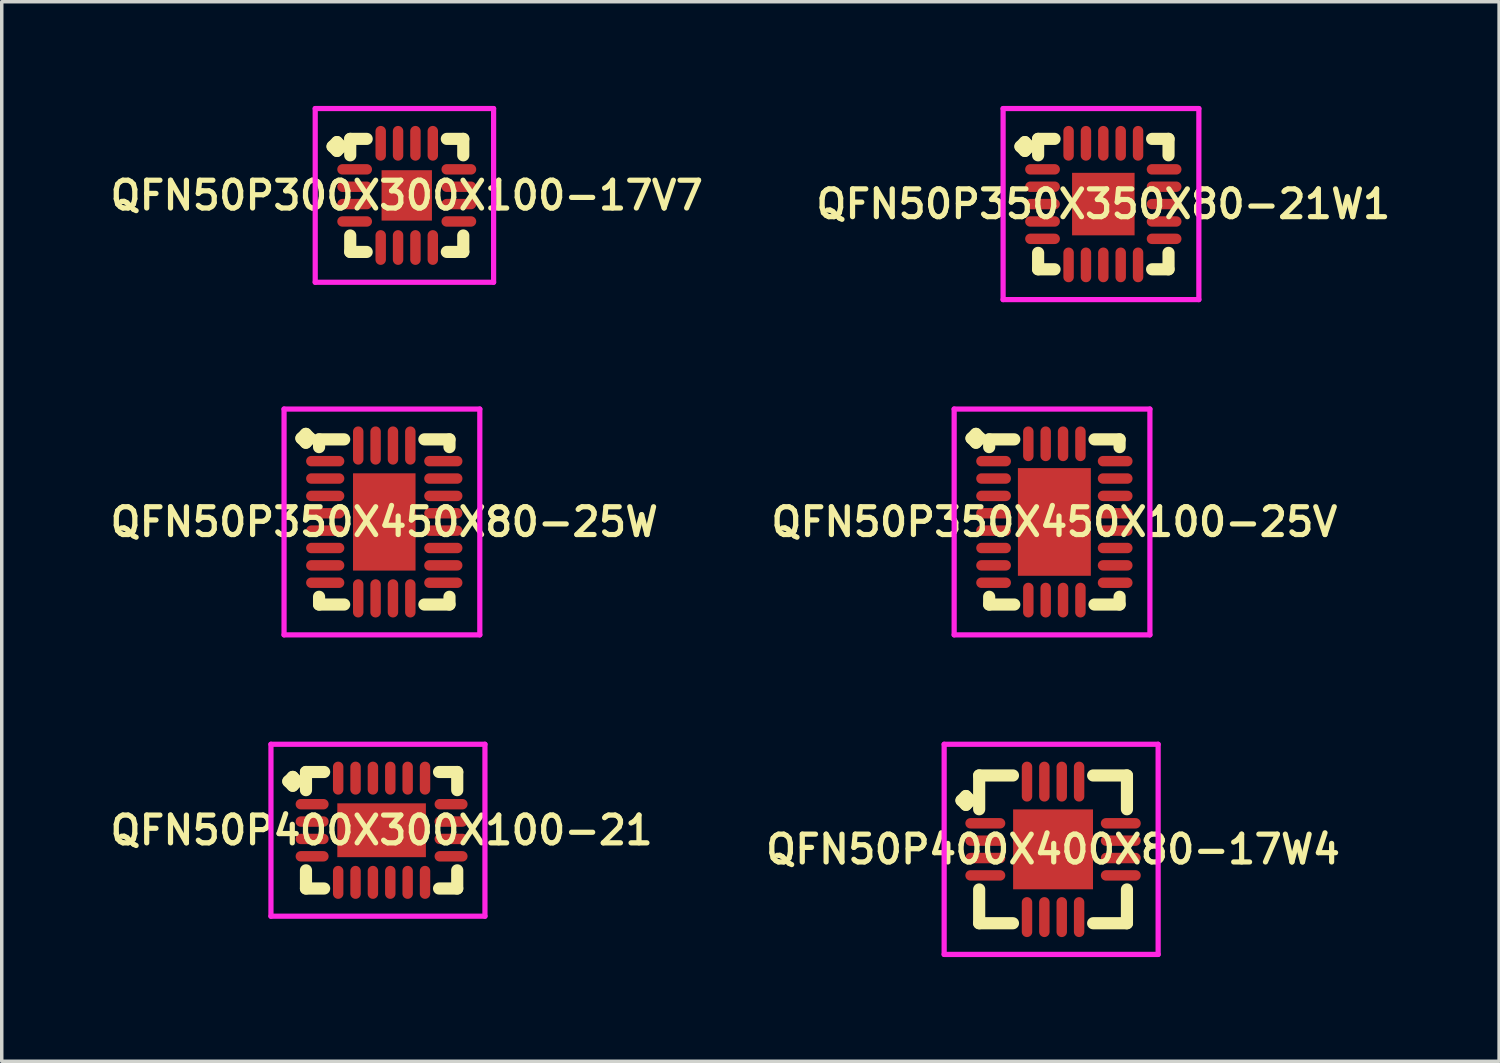
<source format=kicad_pcb>
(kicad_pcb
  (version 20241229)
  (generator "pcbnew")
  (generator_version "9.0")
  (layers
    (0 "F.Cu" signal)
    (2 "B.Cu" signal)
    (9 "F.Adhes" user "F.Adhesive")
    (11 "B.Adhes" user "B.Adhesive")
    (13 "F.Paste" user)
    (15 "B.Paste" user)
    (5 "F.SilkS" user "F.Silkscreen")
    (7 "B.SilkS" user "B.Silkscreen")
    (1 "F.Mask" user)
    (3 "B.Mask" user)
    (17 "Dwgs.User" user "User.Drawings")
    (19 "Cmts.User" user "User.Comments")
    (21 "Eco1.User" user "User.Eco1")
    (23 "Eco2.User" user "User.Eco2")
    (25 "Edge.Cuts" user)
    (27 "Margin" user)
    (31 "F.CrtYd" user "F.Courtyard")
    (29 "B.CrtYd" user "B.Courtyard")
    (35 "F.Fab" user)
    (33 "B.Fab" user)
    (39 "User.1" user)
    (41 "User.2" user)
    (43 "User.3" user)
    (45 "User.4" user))
  (footprint "QFN50P400X400X80-17W4"
    (layer "F.Cu")
    (at 27.264 21.4)
    (property "Reference" "QFN50P400X400X80-17W4" (at 0 0 0) (layer "F.SilkS") (effects (font (size 0.8 0.8) (thickness 0.15))))
    (attr smd)
    (fp_line (start -2.635 -1.408) (end -2.508 -1.535) (stroke (width 0.35) (type solid)) (layer "F.SilkS"))
    (fp_line (start -2.508 -1.535) (end -2.381 -1.408) (stroke (width 0.35) (type solid)) (layer "F.SilkS"))
    (fp_line (start -2.508 -1.281) (end -2.635 -1.408) (stroke (width 0.35) (type solid)) (layer "F.SilkS"))
    (fp_line (start -2.381 -1.408) (end -2.508 -1.281) (stroke (width 0.35) (type solid)) (layer "F.SilkS"))
    (fp_line (start -2.127 -2.127) (end -1.154 -2.127) (stroke (width 0.35) (type solid)) (layer "F.SilkS"))
    (fp_line (start -2.127 -1.154) (end -2.127 -2.127) (stroke (width 0.35) (type solid)) (layer "F.SilkS"))
    (fp_line (start -2.127 1.154) (end -2.127 2.127) (stroke (width 0.35) (type solid)) (layer "F.SilkS"))
    (fp_line (start -2.127 2.127) (end -1.154 2.127) (stroke (width 0.35) (type solid)) (layer "F.SilkS"))
    (fp_line (start 1.154 -2.127) (end 2.127 -2.127) (stroke (width 0.35) (type solid)) (layer "F.SilkS"))
    (fp_line (start 1.154 2.127) (end 2.127 2.127) (stroke (width 0.35) (type solid)) (layer "F.SilkS"))
    (fp_line (start 2.127 -2.127) (end 2.127 -1.154) (stroke (width 0.35) (type solid)) (layer "F.SilkS"))
    (fp_line (start 2.127 2.127) (end 2.127 1.154) (stroke (width 0.35) (type solid)) (layer "F.SilkS"))
    (fp_line (start -3.135 -3.025) (end 3.025 -3.025) (stroke (width 0.15) (type solid)) (layer "F.CrtYd"))
    (fp_line (start -3.135 3.025) (end -3.135 -3.025) (stroke (width 0.15) (type solid)) (layer "F.CrtYd"))
    (fp_line (start 3.025 -3.025) (end 3.025 3.025) (stroke (width 0.15) (type solid)) (layer "F.CrtYd"))
    (fp_line (start 3.025 3.025) (end -3.135 3.025) (stroke (width 0.15) (type solid)) (layer "F.CrtYd"))
    (pad "1" smd oval (at -1.95 -0.75) (size 1.15 0.3) (layers "F.Cu" "F.Mask" "F.Paste"))
    (pad "2" smd oval (at -1.95 -0.25) (size 1.15 0.3) (layers "F.Cu" "F.Mask" "F.Paste"))
    (pad "3" smd oval (at -1.95 0.25) (size 1.15 0.3) (layers "F.Cu" "F.Mask" "F.Paste"))
    (pad "4" smd oval (at -1.95 0.75) (size 1.15 0.3) (layers "F.Cu" "F.Mask" "F.Paste"))
    (pad "5" smd oval (at -0.75 1.95) (size 0.3 1.15) (layers "F.Cu" "F.Mask" "F.Paste"))
    (pad "6" smd oval (at -0.25 1.95) (size 0.3 1.15) (layers "F.Cu" "F.Mask" "F.Paste"))
    (pad "7" smd oval (at 0.25 1.95) (size 0.3 1.15) (layers "F.Cu" "F.Mask" "F.Paste"))
    (pad "8" smd oval (at 0.75 1.95) (size 0.3 1.15) (layers "F.Cu" "F.Mask" "F.Paste"))
    (pad "9" smd oval (at 1.95 0.75) (size 1.15 0.3) (layers "F.Cu" "F.Mask" "F.Paste"))
    (pad "10" smd oval (at 1.95 0.25) (size 1.15 0.3) (layers "F.Cu" "F.Mask" "F.Paste"))
    (pad "11" smd oval (at 1.95 -0.25) (size 1.15 0.3) (layers "F.Cu" "F.Mask" "F.Paste"))
    (pad "12" smd oval (at 1.95 -0.75) (size 1.15 0.3) (layers "F.Cu" "F.Mask" "F.Paste"))
    (pad "13" smd oval (at 0.75 -1.95) (size 0.3 1.15) (layers "F.Cu" "F.Mask" "F.Paste"))
    (pad "14" smd oval (at 0.25 -1.95) (size 0.3 1.15) (layers "F.Cu" "F.Mask" "F.Paste"))
    (pad "15" smd oval (at -0.25 -1.95) (size 0.3 1.15) (layers "F.Cu" "F.Mask" "F.Paste"))
    (pad "16" smd oval (at -0.75 -1.95) (size 0.3 1.15) (layers "F.Cu" "F.Mask" "F.Paste"))
    (pad "17" smd rect (at 0 0) (size 2.3 2.3) (layers "F.Cu" "F.Mask" "F.Paste")))
  (footprint "QFN50P350X450X80-25W"
    (layer "F.Cu")
    (at 8.012 11.975)
    (property "Reference" "QFN50P350X450X80-25W" (at 0 0 0) (layer "F.SilkS") (effects (font (size 0.8 0.8) (thickness 0.15))))
    (attr smd)
    (fp_line (start -2.385 -2.408) (end -2.258 -2.535) (stroke (width 0.35) (type solid)) (layer "F.SilkS"))
    (fp_line (start -2.258 -2.535) (end -2.131 -2.408) (stroke (width 0.35) (type solid)) (layer "F.SilkS"))
    (fp_line (start -2.258 -2.281) (end -2.385 -2.408) (stroke (width 0.35) (type solid)) (layer "F.SilkS"))
    (fp_line (start -2.131 -2.408) (end -2.258 -2.281) (stroke (width 0.35) (type solid)) (layer "F.SilkS"))
    (fp_line (start -1.877 -2.377) (end -1.154 -2.377) (stroke (width 0.35) (type solid)) (layer "F.SilkS"))
    (fp_line (start -1.877 -2.154) (end -1.877 -2.377) (stroke (width 0.35) (type solid)) (layer "F.SilkS"))
    (fp_line (start -1.877 2.154) (end -1.877 2.377) (stroke (width 0.35) (type solid)) (layer "F.SilkS"))
    (fp_line (start -1.877 2.377) (end -1.154 2.377) (stroke (width 0.35) (type solid)) (layer "F.SilkS"))
    (fp_line (start 1.154 -2.377) (end 1.877 -2.377) (stroke (width 0.35) (type solid)) (layer "F.SilkS"))
    (fp_line (start 1.154 2.377) (end 1.877 2.377) (stroke (width 0.35) (type solid)) (layer "F.SilkS"))
    (fp_line (start 1.877 -2.377) (end 1.877 -2.154) (stroke (width 0.35) (type solid)) (layer "F.SilkS"))
    (fp_line (start 1.877 2.377) (end 1.877 2.154) (stroke (width 0.35) (type solid)) (layer "F.SilkS"))
    (fp_line (start -2.885 -3.25) (end 2.75 -3.25) (stroke (width 0.15) (type solid)) (layer "F.CrtYd"))
    (fp_line (start -2.885 3.25) (end -2.885 -3.25) (stroke (width 0.15) (type solid)) (layer "F.CrtYd"))
    (fp_line (start 2.75 -3.25) (end 2.75 3.25) (stroke (width 0.15) (type solid)) (layer "F.CrtYd"))
    (fp_line (start 2.75 3.25) (end -2.885 3.25) (stroke (width 0.15) (type solid)) (layer "F.CrtYd"))
    (pad "1" smd oval (at -1.7 -1.75) (size 1.1 0.3) (layers "F.Cu" "F.Mask" "F.Paste"))
    (pad "2" smd oval (at -1.7 -1.25) (size 1.1 0.3) (layers "F.Cu" "F.Mask" "F.Paste"))
    (pad "3" smd oval (at -1.7 -0.75) (size 1.1 0.3) (layers "F.Cu" "F.Mask" "F.Paste"))
    (pad "4" smd oval (at -1.7 -0.25) (size 1.1 0.3) (layers "F.Cu" "F.Mask" "F.Paste"))
    (pad "5" smd oval (at -1.7 0.25) (size 1.1 0.3) (layers "F.Cu" "F.Mask" "F.Paste"))
    (pad "6" smd oval (at -1.7 0.75) (size 1.1 0.3) (layers "F.Cu" "F.Mask" "F.Paste"))
    (pad "7" smd oval (at -1.7 1.25) (size 1.1 0.3) (layers "F.Cu" "F.Mask" "F.Paste"))
    (pad "8" smd oval (at -1.7 1.75) (size 1.1 0.3) (layers "F.Cu" "F.Mask" "F.Paste"))
    (pad "9" smd oval (at -0.75 2.2) (size 0.3 1.1) (layers "F.Cu" "F.Mask" "F.Paste"))
    (pad "10" smd oval (at -0.25 2.2) (size 0.3 1.1) (layers "F.Cu" "F.Mask" "F.Paste"))
    (pad "11" smd oval (at 0.25 2.2) (size 0.3 1.1) (layers "F.Cu" "F.Mask" "F.Paste"))
    (pad "12" smd oval (at 0.75 2.2) (size 0.3 1.1) (layers "F.Cu" "F.Mask" "F.Paste"))
    (pad "13" smd oval (at 1.7 1.75) (size 1.1 0.3) (layers "F.Cu" "F.Mask" "F.Paste"))
    (pad "14" smd oval (at 1.7 1.25) (size 1.1 0.3) (layers "F.Cu" "F.Mask" "F.Paste"))
    (pad "15" smd oval (at 1.7 0.75) (size 1.1 0.3) (layers "F.Cu" "F.Mask" "F.Paste"))
    (pad "16" smd oval (at 1.7 0.25) (size 1.1 0.3) (layers "F.Cu" "F.Mask" "F.Paste"))
    (pad "17" smd oval (at 1.7 -0.25) (size 1.1 0.3) (layers "F.Cu" "F.Mask" "F.Paste"))
    (pad "18" smd oval (at 1.7 -0.75) (size 1.1 0.3) (layers "F.Cu" "F.Mask" "F.Paste"))
    (pad "19" smd oval (at 1.7 -1.25) (size 1.1 0.3) (layers "F.Cu" "F.Mask" "F.Paste"))
    (pad "20" smd oval (at 1.7 -1.75) (size 1.1 0.3) (layers "F.Cu" "F.Mask" "F.Paste"))
    (pad "21" smd oval (at 0.75 -2.2) (size 0.3 1.1) (layers "F.Cu" "F.Mask" "F.Paste"))
    (pad "22" smd oval (at 0.25 -2.2) (size 0.3 1.1) (layers "F.Cu" "F.Mask" "F.Paste"))
    (pad "23" smd oval (at -0.25 -2.2) (size 0.3 1.1) (layers "F.Cu" "F.Mask" "F.Paste"))
    (pad "24" smd oval (at -0.75 -2.2) (size 0.3 1.1) (layers "F.Cu" "F.Mask" "F.Paste"))
    (pad "25" smd rect (at 0 0) (size 1.8 2.8) (layers "F.Cu" "F.Mask" "F.Paste")))
  (footprint "QFN50P400X300X100-21"
    (layer "F.Cu")
    (at 7.935 20.85)
    (property "Reference" "QFN50P400X300X100-21" (at 0 0 0) (layer "F.SilkS") (effects (font (size 0.8 0.8) (thickness 0.15))))
    (attr smd)
    (fp_line (start -2.685 -1.408) (end -2.558 -1.535) (stroke (width 0.35) (type solid)) (layer "F.SilkS"))
    (fp_line (start -2.558 -1.535) (end -2.431 -1.408) (stroke (width 0.35) (type solid)) (layer "F.SilkS"))
    (fp_line (start -2.558 -1.281) (end -2.685 -1.408) (stroke (width 0.35) (type solid)) (layer "F.SilkS"))
    (fp_line (start -2.431 -1.408) (end -2.558 -1.281) (stroke (width 0.35) (type solid)) (layer "F.SilkS"))
    (fp_line (start -2.177 -1.677) (end -1.654 -1.677) (stroke (width 0.35) (type solid)) (layer "F.SilkS"))
    (fp_line (start -2.177 -1.154) (end -2.177 -1.677) (stroke (width 0.35) (type solid)) (layer "F.SilkS"))
    (fp_line (start -2.177 1.154) (end -2.177 1.677) (stroke (width 0.35) (type solid)) (layer "F.SilkS"))
    (fp_line (start -2.177 1.677) (end -1.654 1.677) (stroke (width 0.35) (type solid)) (layer "F.SilkS"))
    (fp_line (start 1.654 -1.677) (end 2.177 -1.677) (stroke (width 0.35) (type solid)) (layer "F.SilkS"))
    (fp_line (start 1.654 1.677) (end 2.177 1.677) (stroke (width 0.35) (type solid)) (layer "F.SilkS"))
    (fp_line (start 2.177 -1.677) (end 2.177 -1.154) (stroke (width 0.35) (type solid)) (layer "F.SilkS"))
    (fp_line (start 2.177 1.677) (end 2.177 1.154) (stroke (width 0.35) (type solid)) (layer "F.SilkS"))
    (fp_line (start -3.185 -2.475) (end 2.975 -2.475) (stroke (width 0.15) (type solid)) (layer "F.CrtYd"))
    (fp_line (start -3.185 2.475) (end -3.185 -2.475) (stroke (width 0.15) (type solid)) (layer "F.CrtYd"))
    (fp_line (start 2.975 -2.475) (end 2.975 2.475) (stroke (width 0.15) (type solid)) (layer "F.CrtYd"))
    (fp_line (start 2.975 2.475) (end -3.185 2.475) (stroke (width 0.15) (type solid)) (layer "F.CrtYd"))
    (pad "1" smd oval (at -2 -0.75) (size 0.95 0.3) (layers "F.Cu" "F.Mask" "F.Paste"))
    (pad "2" smd oval (at -2 -0.25) (size 0.95 0.3) (layers "F.Cu" "F.Mask" "F.Paste"))
    (pad "3" smd oval (at -2 0.25) (size 0.95 0.3) (layers "F.Cu" "F.Mask" "F.Paste"))
    (pad "4" smd oval (at -2 0.75) (size 0.95 0.3) (layers "F.Cu" "F.Mask" "F.Paste"))
    (pad "5" smd oval (at -1.25 1.5) (size 0.3 0.95) (layers "F.Cu" "F.Mask" "F.Paste"))
    (pad "6" smd oval (at -0.75 1.5) (size 0.3 0.95) (layers "F.Cu" "F.Mask" "F.Paste"))
    (pad "7" smd oval (at -0.25 1.5) (size 0.3 0.95) (layers "F.Cu" "F.Mask" "F.Paste"))
    (pad "8" smd oval (at 0.25 1.5) (size 0.3 0.95) (layers "F.Cu" "F.Mask" "F.Paste"))
    (pad "9" smd oval (at 0.75 1.5) (size 0.3 0.95) (layers "F.Cu" "F.Mask" "F.Paste"))
    (pad "10" smd oval (at 1.25 1.5) (size 0.3 0.95) (layers "F.Cu" "F.Mask" "F.Paste"))
    (pad "11" smd oval (at 2 0.75) (size 0.95 0.3) (layers "F.Cu" "F.Mask" "F.Paste"))
    (pad "12" smd oval (at 2 0.25) (size 0.95 0.3) (layers "F.Cu" "F.Mask" "F.Paste"))
    (pad "13" smd oval (at 2 -0.25) (size 0.95 0.3) (layers "F.Cu" "F.Mask" "F.Paste"))
    (pad "14" smd oval (at 2 -0.75) (size 0.95 0.3) (layers "F.Cu" "F.Mask" "F.Paste"))
    (pad "15" smd oval (at 1.25 -1.5) (size 0.3 0.95) (layers "F.Cu" "F.Mask" "F.Paste"))
    (pad "16" smd oval (at 0.75 -1.5) (size 0.3 0.95) (layers "F.Cu" "F.Mask" "F.Paste"))
    (pad "17" smd oval (at 0.25 -1.5) (size 0.3 0.95) (layers "F.Cu" "F.Mask" "F.Paste"))
    (pad "18" smd oval (at -0.25 -1.5) (size 0.3 0.95) (layers "F.Cu" "F.Mask" "F.Paste"))
    (pad "19" smd oval (at -0.75 -1.5) (size 0.3 0.95) (layers "F.Cu" "F.Mask" "F.Paste"))
    (pad "20" smd oval (at -1.25 -1.5) (size 0.3 0.95) (layers "F.Cu" "F.Mask" "F.Paste"))
    (pad "21" smd rect (at 0 0) (size 2.55 1.55) (layers "F.Cu" "F.Mask" "F.Paste")))
  (footprint "QFN50P350X350X80-21W1"
    (layer "F.Cu")
    (at 28.711 2.825)
    (property "Reference" "QFN50P350X350X80-21W1" (at 0 0 0) (layer "F.SilkS") (effects (font (size 0.8 0.8) (thickness 0.15))))
    (attr through_hole)
    (fp_line (start -2.385 -1.658) (end -2.258 -1.785) (stroke (width 0.35) (type solid)) (layer "F.SilkS"))
    (fp_line (start -2.258 -1.785) (end -2.131 -1.658) (stroke (width 0.35) (type solid)) (layer "F.SilkS"))
    (fp_line (start -2.258 -1.531) (end -2.385 -1.658) (stroke (width 0.35) (type solid)) (layer "F.SilkS"))
    (fp_line (start -2.131 -1.658) (end -2.258 -1.531) (stroke (width 0.35) (type solid)) (layer "F.SilkS"))
    (fp_line (start -1.877 -1.877) (end -1.404 -1.877) (stroke (width 0.35) (type solid)) (layer "F.SilkS"))
    (fp_line (start -1.877 -1.404) (end -1.877 -1.877) (stroke (width 0.35) (type solid)) (layer "F.SilkS"))
    (fp_line (start -1.877 1.404) (end -1.877 1.877) (stroke (width 0.35) (type solid)) (layer "F.SilkS"))
    (fp_line (start -1.877 1.877) (end -1.404 1.877) (stroke (width 0.35) (type solid)) (layer "F.SilkS"))
    (fp_line (start 1.404 -1.877) (end 1.877 -1.877) (stroke (width 0.35) (type solid)) (layer "F.SilkS"))
    (fp_line (start 1.404 1.877) (end 1.877 1.877) (stroke (width 0.35) (type solid)) (layer "F.SilkS"))
    (fp_line (start 1.877 -1.877) (end 1.877 -1.404) (stroke (width 0.35) (type solid)) (layer "F.SilkS"))
    (fp_line (start 1.877 1.877) (end 1.877 1.404) (stroke (width 0.35) (type solid)) (layer "F.SilkS"))
    (fp_line (start -2.885 -2.75) (end 2.75 -2.75) (stroke (width 0.15) (type solid)) (layer "F.CrtYd"))
    (fp_line (start -2.885 2.75) (end -2.885 -2.75) (stroke (width 0.15) (type solid)) (layer "F.CrtYd"))
    (fp_line (start 2.75 -2.75) (end 2.75 2.75) (stroke (width 0.15) (type solid)) (layer "F.CrtYd"))
    (fp_line (start 2.75 2.75) (end -2.885 2.75) (stroke (width 0.15) (type solid)) (layer "F.CrtYd"))
    (pad "1" smd oval (at -1.75 -1) (size 1 0.3) (layers "F.Cu" "F.Mask" "F.Paste"))
    (pad "2" smd oval (at -1.75 -0.5) (size 1 0.3) (layers "F.Cu" "F.Mask" "F.Paste"))
    (pad "3" smd oval (at -1.75 0) (size 1 0.3) (layers "F.Cu" "F.Mask" "F.Paste"))
    (pad "4" smd oval (at -1.75 0.5) (size 1 0.3) (layers "F.Cu" "F.Mask" "F.Paste"))
    (pad "5" smd oval (at -1.75 1) (size 1 0.3) (layers "F.Cu" "F.Mask" "F.Paste"))
    (pad "6" smd oval (at -1 1.75) (size 0.3 1) (layers "F.Cu" "F.Mask" "F.Paste"))
    (pad "7" smd oval (at -0.5 1.75) (size 0.3 1) (layers "F.Cu" "F.Mask" "F.Paste"))
    (pad "8" smd oval (at 0 1.75) (size 0.3 1) (layers "F.Cu" "F.Mask" "F.Paste"))
    (pad "9" smd oval (at 0.5 1.75) (size 0.3 1) (layers "F.Cu" "F.Mask" "F.Paste"))
    (pad "10" smd oval (at 1 1.75) (size 0.3 1) (layers "F.Cu" "F.Mask" "F.Paste"))
    (pad "11" smd oval (at 1.75 1) (size 1 0.3) (layers "F.Cu" "F.Mask" "F.Paste"))
    (pad "12" smd oval (at 1.75 0.5) (size 1 0.3) (layers "F.Cu" "F.Mask" "F.Paste"))
    (pad "13" smd oval (at 1.75 0) (size 1 0.3) (layers "F.Cu" "F.Mask" "F.Paste"))
    (pad "14" smd oval (at 1.75 -0.5) (size 1 0.3) (layers "F.Cu" "F.Mask" "F.Paste"))
    (pad "15" smd oval (at 1.75 -1) (size 1 0.3) (layers "F.Cu" "F.Mask" "F.Paste"))
    (pad "16" smd oval (at 1 -1.75) (size 0.3 1) (layers "F.Cu" "F.Mask" "F.Paste"))
    (pad "17" smd oval (at 0.5 -1.75) (size 0.3 1) (layers "F.Cu" "F.Mask" "F.Paste"))
    (pad "18" smd oval (at 0 -1.75) (size 0.3 1) (layers "F.Cu" "F.Mask" "F.Paste"))
    (pad "19" smd oval (at -0.5 -1.75) (size 0.3 1) (layers "F.Cu" "F.Mask" "F.Paste"))
    (pad "20" smd oval (at -1 -1.75) (size 0.3 1) (layers "F.Cu" "F.Mask" "F.Paste"))
    (pad "21" smd rect (at 0 0) (size 1.8 1.8) (layers "F.Cu" "F.Mask" "F.Paste")))
  (footprint "QFN50P350X450X100-25V"
    (layer "F.Cu")
    (at 27.302 11.975)
    (property "Reference" "QFN50P350X450X100-25V" (at 0 0 0) (layer "F.SilkS") (effects (font (size 0.8 0.8) (thickness 0.15))))
    (attr smd)
    (fp_line (start -2.385 -2.408) (end -2.258 -2.535) (stroke (width 0.35) (type solid)) (layer "F.SilkS"))
    (fp_line (start -2.258 -2.535) (end -2.131 -2.408) (stroke (width 0.35) (type solid)) (layer "F.SilkS"))
    (fp_line (start -2.258 -2.281) (end -2.385 -2.408) (stroke (width 0.35) (type solid)) (layer "F.SilkS"))
    (fp_line (start -2.131 -2.408) (end -2.258 -2.281) (stroke (width 0.35) (type solid)) (layer "F.SilkS"))
    (fp_line (start -1.877 -2.377) (end -1.154 -2.377) (stroke (width 0.35) (type solid)) (layer "F.SilkS"))
    (fp_line (start -1.877 -2.154) (end -1.877 -2.377) (stroke (width 0.35) (type solid)) (layer "F.SilkS"))
    (fp_line (start -1.877 2.154) (end -1.877 2.377) (stroke (width 0.35) (type solid)) (layer "F.SilkS"))
    (fp_line (start -1.877 2.377) (end -1.154 2.377) (stroke (width 0.35) (type solid)) (layer "F.SilkS"))
    (fp_line (start 1.154 -2.377) (end 1.877 -2.377) (stroke (width 0.35) (type solid)) (layer "F.SilkS"))
    (fp_line (start 1.154 2.377) (end 1.877 2.377) (stroke (width 0.35) (type solid)) (layer "F.SilkS"))
    (fp_line (start 1.877 -2.377) (end 1.877 -2.154) (stroke (width 0.35) (type solid)) (layer "F.SilkS"))
    (fp_line (start 1.877 2.377) (end 1.877 2.154) (stroke (width 0.35) (type solid)) (layer "F.SilkS"))
    (fp_line (start -2.885 -3.25) (end 2.75 -3.25) (stroke (width 0.15) (type solid)) (layer "F.CrtYd"))
    (fp_line (start -2.885 3.25) (end -2.885 -3.25) (stroke (width 0.15) (type solid)) (layer "F.CrtYd"))
    (fp_line (start 2.75 -3.25) (end 2.75 3.25) (stroke (width 0.15) (type solid)) (layer "F.CrtYd"))
    (fp_line (start 2.75 3.25) (end -2.885 3.25) (stroke (width 0.15) (type solid)) (layer "F.CrtYd"))
    (pad "1" smd oval (at -1.75 -1.75) (size 1 0.3) (layers "F.Cu" "F.Mask" "F.Paste"))
    (pad "2" smd oval (at -1.75 -1.25) (size 1 0.3) (layers "F.Cu" "F.Mask" "F.Paste"))
    (pad "3" smd oval (at -1.75 -0.75) (size 1 0.3) (layers "F.Cu" "F.Mask" "F.Paste"))
    (pad "4" smd oval (at -1.75 -0.25) (size 1 0.3) (layers "F.Cu" "F.Mask" "F.Paste"))
    (pad "5" smd oval (at -1.75 0.25) (size 1 0.3) (layers "F.Cu" "F.Mask" "F.Paste"))
    (pad "6" smd oval (at -1.75 0.75) (size 1 0.3) (layers "F.Cu" "F.Mask" "F.Paste"))
    (pad "7" smd oval (at -1.75 1.25) (size 1 0.3) (layers "F.Cu" "F.Mask" "F.Paste"))
    (pad "8" smd oval (at -1.75 1.75) (size 1 0.3) (layers "F.Cu" "F.Mask" "F.Paste"))
    (pad "9" smd oval (at -0.75 2.25) (size 0.3 1) (layers "F.Cu" "F.Mask" "F.Paste"))
    (pad "10" smd oval (at -0.25 2.25) (size 0.3 1) (layers "F.Cu" "F.Mask" "F.Paste"))
    (pad "11" smd oval (at 0.25 2.25) (size 0.3 1) (layers "F.Cu" "F.Mask" "F.Paste"))
    (pad "12" smd oval (at 0.75 2.25) (size 0.3 1) (layers "F.Cu" "F.Mask" "F.Paste"))
    (pad "13" smd oval (at 1.75 1.75) (size 1 0.3) (layers "F.Cu" "F.Mask" "F.Paste"))
    (pad "14" smd oval (at 1.75 1.25) (size 1 0.3) (layers "F.Cu" "F.Mask" "F.Paste"))
    (pad "15" smd oval (at 1.75 0.75) (size 1 0.3) (layers "F.Cu" "F.Mask" "F.Paste"))
    (pad "16" smd oval (at 1.75 0.25) (size 1 0.3) (layers "F.Cu" "F.Mask" "F.Paste"))
    (pad "17" smd oval (at 1.75 -0.25) (size 1 0.3) (layers "F.Cu" "F.Mask" "F.Paste"))
    (pad "18" smd oval (at 1.75 -0.75) (size 1 0.3) (layers "F.Cu" "F.Mask" "F.Paste"))
    (pad "19" smd oval (at 1.75 -1.25) (size 1 0.3) (layers "F.Cu" "F.Mask" "F.Paste"))
    (pad "20" smd oval (at 1.75 -1.75) (size 1 0.3) (layers "F.Cu" "F.Mask" "F.Paste"))
    (pad "21" smd oval (at 0.75 -2.25) (size 0.3 1) (layers "F.Cu" "F.Mask" "F.Paste"))
    (pad "22" smd oval (at 0.25 -2.25) (size 0.3 1) (layers "F.Cu" "F.Mask" "F.Paste"))
    (pad "23" smd oval (at -0.25 -2.25) (size 0.3 1) (layers "F.Cu" "F.Mask" "F.Paste"))
    (pad "24" smd oval (at -0.75 -2.25) (size 0.3 1) (layers "F.Cu" "F.Mask" "F.Paste"))
    (pad "25" smd rect (at 0 0) (size 2.1 3.1) (layers "F.Cu" "F.Mask" "F.Paste")))
  (footprint "QFN50P300X300X100-17V7"
    (layer "F.Cu")
    (at 8.659 2.575)
    (property "Reference" "QFN50P300X300X100-17V7" (at 0 0 0) (layer "F.SilkS") (effects (font (size 0.8 0.8) (thickness 0.15))))
    (attr through_hole)
    (fp_line (start -2.135 -1.408) (end -2.008 -1.535) (stroke (width 0.35) (type solid)) (layer "F.SilkS"))
    (fp_line (start -2.008 -1.535) (end -1.881 -1.408) (stroke (width 0.35) (type solid)) (layer "F.SilkS"))
    (fp_line (start -2.008 -1.281) (end -2.135 -1.408) (stroke (width 0.35) (type solid)) (layer "F.SilkS"))
    (fp_line (start -1.881 -1.408) (end -2.008 -1.281) (stroke (width 0.35) (type solid)) (layer "F.SilkS"))
    (fp_line (start -1.627 -1.627) (end -1.154 -1.627) (stroke (width 0.35) (type solid)) (layer "F.SilkS"))
    (fp_line (start -1.627 -1.154) (end -1.627 -1.627) (stroke (width 0.35) (type solid)) (layer "F.SilkS"))
    (fp_line (start -1.627 1.154) (end -1.627 1.627) (stroke (width 0.35) (type solid)) (layer "F.SilkS"))
    (fp_line (start -1.627 1.627) (end -1.154 1.627) (stroke (width 0.35) (type solid)) (layer "F.SilkS"))
    (fp_line (start 1.154 -1.627) (end 1.627 -1.627) (stroke (width 0.35) (type solid)) (layer "F.SilkS"))
    (fp_line (start 1.154 1.627) (end 1.627 1.627) (stroke (width 0.35) (type solid)) (layer "F.SilkS"))
    (fp_line (start 1.627 -1.627) (end 1.627 -1.154) (stroke (width 0.35) (type solid)) (layer "F.SilkS"))
    (fp_line (start 1.627 1.627) (end 1.627 1.154) (stroke (width 0.35) (type solid)) (layer "F.SilkS"))
    (fp_line (start -2.635 -2.5) (end 2.5 -2.5) (stroke (width 0.15) (type solid)) (layer "F.CrtYd"))
    (fp_line (start -2.635 2.5) (end -2.635 -2.5) (stroke (width 0.15) (type solid)) (layer "F.CrtYd"))
    (fp_line (start 2.5 -2.5) (end 2.5 2.5) (stroke (width 0.15) (type solid)) (layer "F.CrtYd"))
    (fp_line (start 2.5 2.5) (end -2.635 2.5) (stroke (width 0.15) (type solid)) (layer "F.CrtYd"))
    (pad "1" smd oval (at -1.5 -0.75) (size 1 0.3) (layers "F.Cu" "F.Mask" "F.Paste"))
    (pad "2" smd oval (at -1.5 -0.25) (size 1 0.3) (layers "F.Cu" "F.Mask" "F.Paste"))
    (pad "3" smd oval (at -1.5 0.25) (size 1 0.3) (layers "F.Cu" "F.Mask" "F.Paste"))
    (pad "4" smd oval (at -1.5 0.75) (size 1 0.3) (layers "F.Cu" "F.Mask" "F.Paste"))
    (pad "5" smd oval (at -0.75 1.5) (size 0.3 1) (layers "F.Cu" "F.Mask" "F.Paste"))
    (pad "6" smd oval (at -0.25 1.5) (size 0.3 1) (layers "F.Cu" "F.Mask" "F.Paste"))
    (pad "7" smd oval (at 0.25 1.5) (size 0.3 1) (layers "F.Cu" "F.Mask" "F.Paste"))
    (pad "8" smd oval (at 0.75 1.5) (size 0.3 1) (layers "F.Cu" "F.Mask" "F.Paste"))
    (pad "9" smd oval (at 1.5 0.75) (size 1 0.3) (layers "F.Cu" "F.Mask" "F.Paste"))
    (pad "10" smd oval (at 1.5 0.25) (size 1 0.3) (layers "F.Cu" "F.Mask" "F.Paste"))
    (pad "11" smd oval (at 1.5 -0.25) (size 1 0.3) (layers "F.Cu" "F.Mask" "F.Paste"))
    (pad "12" smd oval (at 1.5 -0.75) (size 1 0.3) (layers "F.Cu" "F.Mask" "F.Paste"))
    (pad "13" smd oval (at 0.75 -1.5) (size 0.3 1) (layers "F.Cu" "F.Mask" "F.Paste"))
    (pad "14" smd oval (at 0.25 -1.5) (size 0.3 1) (layers "F.Cu" "F.Mask" "F.Paste"))
    (pad "15" smd oval (at -0.25 -1.5) (size 0.3 1) (layers "F.Cu" "F.Mask" "F.Paste"))
    (pad "16" smd oval (at -0.75 -1.5) (size 0.3 1) (layers "F.Cu" "F.Mask" "F.Paste"))
    (pad "17" smd rect (at 0 0) (size 1.45 1.45) (layers "F.Cu" "F.Mask" "F.Paste")))
  (gr_rect
    (start -3 -3)
    (end 40.104 27.5)
    (stroke (width 0.1) (type default))
    (fill no)
    (layer "Edge.Cuts")))
</source>
